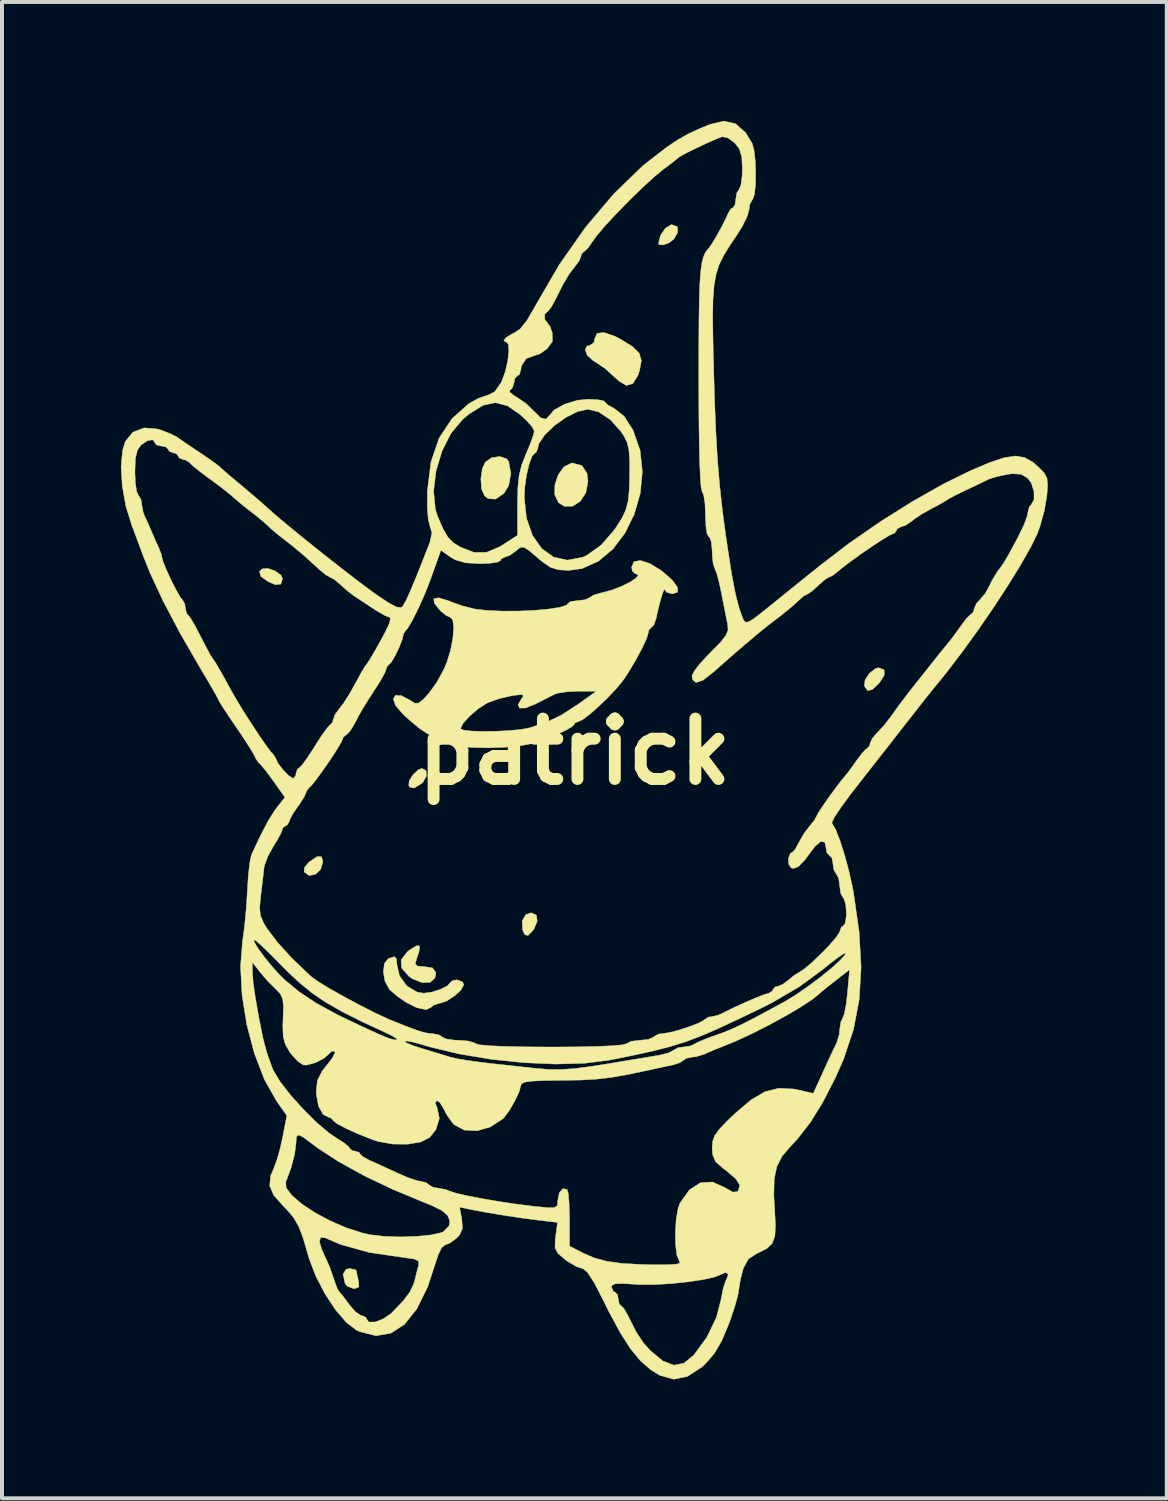
<source format=kicad_pcb>
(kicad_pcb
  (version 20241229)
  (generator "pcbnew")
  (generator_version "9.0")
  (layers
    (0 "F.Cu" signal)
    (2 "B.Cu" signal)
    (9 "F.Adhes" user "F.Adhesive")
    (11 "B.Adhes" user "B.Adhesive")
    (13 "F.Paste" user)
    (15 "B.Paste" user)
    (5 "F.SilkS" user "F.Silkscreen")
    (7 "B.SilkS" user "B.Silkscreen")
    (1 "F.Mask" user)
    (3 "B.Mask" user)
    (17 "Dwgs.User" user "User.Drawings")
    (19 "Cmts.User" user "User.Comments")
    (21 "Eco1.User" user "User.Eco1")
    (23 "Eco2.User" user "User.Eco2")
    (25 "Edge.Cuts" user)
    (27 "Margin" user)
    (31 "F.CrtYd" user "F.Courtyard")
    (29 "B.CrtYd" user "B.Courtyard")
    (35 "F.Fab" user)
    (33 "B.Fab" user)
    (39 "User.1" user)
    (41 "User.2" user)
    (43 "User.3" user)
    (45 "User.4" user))
  (footprint "patrick"
    (layer "F.Cu")
    (at 11.444 15.911)
    (property "Reference" "patrick" (at 0 0 0) (layer "F.SilkS") (effects (font (size 1.524 1.524) (thickness 0.3))))
    (attr through_hole)
    (fp_poly (pts (xy -6.381 2.652) (xy -6.35 2.777) (xy -6.405 2.969) (xy -6.537 3.095) (xy -6.694 3.125) (xy -6.824 3.034) (xy -6.81 2.915) (xy -6.693 2.78) (xy -6.492 2.647) (xy -6.381 2.652)) (stroke (width 0.01) (type solid)) (fill yes) (layer "F.SilkS"))
    (fp_poly (pts (xy -7.553 -4.557) (xy -7.406 -4.451) (xy -7.366 -4.367) (xy -7.409 -4.226) (xy -7.547 -4.212) (xy -7.726 -4.286) (xy -7.918 -4.423) (xy -7.947 -4.545) (xy -7.881 -4.61) (xy -7.736 -4.622) (xy -7.553 -4.557)) (stroke (width 0.01) (type solid)) (fill yes) (layer "F.SilkS"))
    (fp_poly (pts (xy -0.964 4.125) (xy -0.941 4.277) (xy -1.027 4.478) (xy -1.049 4.508) (xy -1.175 4.639) (xy -1.259 4.615) (xy -1.309 4.499) (xy -1.323 4.273) (xy -1.23 4.112) (xy -1.092 4.064) (xy -0.964 4.125)) (stroke (width 0.01) (type solid)) (fill yes) (layer "F.SilkS"))
    (fp_poly (pts (xy -3.745 0.482) (xy -3.738 0.616) (xy -3.823 0.768) (xy -3.873 0.813) (xy -4.048 0.918) (xy -4.154 0.897) (xy -4.182 0.86) (xy -4.173 0.739) (xy -4.077 0.583) (xy -3.942 0.458) (xy -3.848 0.423) (xy -3.745 0.482)) (stroke (width 0.01) (type solid)) (fill yes) (layer "F.SilkS"))
    (fp_poly (pts (xy 2.595 -13.242) (xy 2.603 -13.103) (xy 2.507 -12.933) (xy 2.386 -12.836) (xy 2.239 -12.782) (xy 2.133 -12.789) (xy 2.117 -12.821) (xy 2.168 -13.023) (xy 2.29 -13.202) (xy 2.434 -13.291) (xy 2.453 -13.293) (xy 2.595 -13.242)) (stroke (width 0.01) (type solid)) (fill yes) (layer "F.SilkS"))
    (fp_poly (pts (xy 7.808 -2.066) (xy 7.814 -1.931) (xy 7.692 -1.739) (xy 7.514 -1.567) (xy 7.394 -1.539) (xy 7.312 -1.652) (xy 7.311 -1.654) (xy 7.328 -1.809) (xy 7.44 -1.979) (xy 7.593 -2.098) (xy 7.67 -2.117) (xy 7.808 -2.066)) (stroke (width 0.01) (type solid)) (fill yes) (layer "F.SilkS"))
    (fp_poly (pts (xy -5.534 13.065) (xy -5.502 13.102) (xy -5.481 13.227) (xy -5.45 13.356) (xy -5.44 13.502) (xy -5.543 13.546) (xy -5.569 13.547) (xy -5.732 13.488) (xy -5.791 13.413) (xy -5.839 13.179) (xy -5.765 13.057) (xy -5.673 13.039) (xy -5.534 13.065)) (stroke (width 0.01) (type solid)) (fill yes) (layer "F.SilkS"))
    (fp_poly (pts (xy -1.719 -7.391) (xy -1.66 -7.317) (xy -1.608 -7.013) (xy -1.661 -6.713) (xy -1.778 -6.519) (xy -1.992 -6.37) (xy -2.179 -6.383) (xy -2.269 -6.452) (xy -2.345 -6.623) (xy -2.364 -6.877) (xy -2.328 -7.135) (xy -2.253 -7.303) (xy -2.092 -7.415) (xy -1.89 -7.446) (xy -1.719 -7.391)) (stroke (width 0.01) (type solid)) (fill yes) (layer "F.SilkS"))
    (fp_poly (pts (xy 0.186 -7.216) (xy 0.314 -7.02) (xy 0.339 -6.818) (xy 0.284 -6.53) (xy 0.143 -6.313) (xy -0.049 -6.191) (xy -0.258 -6.189) (xy -0.406 -6.282) (xy -0.501 -6.479) (xy -0.497 -6.731) (xy -0.412 -6.985) (xy -0.266 -7.186) (xy -0.078 -7.28) (xy -0.05 -7.281) (xy 0.186 -7.216)) (stroke (width 0.01) (type solid)) (fill yes) (layer "F.SilkS"))
    (fp_poly (pts (xy -3.904 4.91) (xy -3.928 5.062) (xy -3.977 5.201) (xy -4.02 5.355) (xy -3.958 5.411) (xy -3.813 5.419) (xy -3.582 5.456) (xy -3.497 5.573) (xy -3.522 5.707) (xy -3.643 5.82) (xy -3.847 5.827) (xy -4.088 5.73) (xy -4.18 5.667) (xy -4.363 5.459) (xy -4.377 5.255) (xy -4.222 5.052) (xy -4.149 4.995) (xy -3.975 4.891) (xy -3.904 4.91)) (stroke (width 0.01) (type solid)) (fill yes) (layer "F.SilkS"))
    (fp_poly (pts (xy 1.011 -10.482) (xy 1.151 -10.41) (xy 1.459 -10.219) (xy 1.631 -10.051) (xy 1.685 -9.865) (xy 1.641 -9.62) (xy 1.6 -9.495) (xy 1.473 -9.286) (xy 1.304 -9.237) (xy 1.112 -9.352) (xy 1.089 -9.377) (xy 0.766 -9.668) (xy 0.459 -9.873) (xy 0.321 -9.998) (xy 0.268 -10.135) (xy 0.312 -10.23) (xy 0.375 -10.245) (xy 0.485 -10.315) (xy 0.508 -10.414) (xy 0.568 -10.552) (xy 0.74 -10.574) (xy 1.011 -10.482)) (stroke (width 0.01) (type solid)) (fill yes) (layer "F.SilkS"))
    (fp_poly (pts (xy -4.492 5.228) (xy -4.487 5.34) (xy -4.417 5.655) (xy -4.231 5.912) (xy -3.968 6.067) (xy -3.806 6.093) (xy -3.597 6.065) (xy -3.375 5.993) (xy -3.2 5.902) (xy -3.133 5.821) (xy -3.062 5.769) (xy -2.963 5.757) (xy -2.826 5.808) (xy -2.794 5.879) (xy -2.862 6.009) (xy -3.026 6.161) (xy -3.226 6.29) (xy -3.403 6.35) (xy -3.416 6.35) (xy -3.564 6.399) (xy -3.598 6.435) (xy -3.738 6.509) (xy -3.978 6.46) (xy -4.231 6.335) (xy -4.465 6.177) (xy -4.655 6.012) (xy -4.676 5.99) (xy -4.784 5.788) (xy -4.824 5.55) (xy -4.795 5.339) (xy -4.695 5.217) (xy -4.692 5.216) (xy -4.542 5.172) (xy -4.492 5.228)) (stroke (width 0.01) (type solid)) (fill yes) (layer "F.SilkS"))
    (fp_poly (pts (xy 1.898 -4.746) (xy 2.188 -4.568) (xy 2.216 -4.547) (xy 2.465 -4.327) (xy 2.596 -4.148) (xy 2.6 -4.026) (xy 2.47 -3.979) (xy 2.462 -3.979) (xy 2.317 -4.023) (xy 2.277 -4.085) (xy 2.255 -4.084) (xy 2.207 -3.957) (xy 2.145 -3.742) (xy 2.083 -3.48) (xy 2.059 -3.365) (xy 2.002 -3.197) (xy 1.938 -3.133) (xy 1.871 -3.064) (xy 1.863 -3.009) (xy 1.82 -2.86) (xy 1.706 -2.613) (xy 1.545 -2.313) (xy 1.36 -2.002) (xy 1.24 -1.82) (xy 1.077 -1.617) (xy 0.856 -1.381) (xy 0.612 -1.144) (xy 0.38 -0.94) (xy 0.196 -0.803) (xy 0.106 -0.763) (xy 0.007 -0.721) (xy 0 -0.697) (xy -0.074 -0.622) (xy -0.269 -0.515) (xy -0.543 -0.393) (xy -0.858 -0.275) (xy -1.101 -0.199) (xy -1.394 -0.144) (xy -1.776 -0.11) (xy -2.193 -0.097) (xy -2.595 -0.106) (xy -2.928 -0.137) (xy -3.133 -0.185) (xy -3.474 -0.333) (xy -3.718 -0.457) (xy -3.902 -0.58) (xy -2.879 -0.58) (xy -2.801 -0.543) (xy -2.597 -0.52) (xy -2.307 -0.51) (xy -1.973 -0.515) (xy -1.636 -0.532) (xy -1.339 -0.562) (xy -1.143 -0.599) (xy -0.721 -0.735) (xy -0.334 -0.922) (xy 0.089 -1.196) (xy 0.127 -1.222) (xy 0.55 -1.524) (xy 0.104 -1.524) (xy -0.18 -1.511) (xy -0.41 -1.478) (xy -0.488 -1.454) (xy -0.651 -1.373) (xy -0.889 -1.252) (xy -0.99 -1.2) (xy -1.235 -1.102) (xy -1.387 -1.098) (xy -1.426 -1.181) (xy -1.341 -1.33) (xy -1.288 -1.411) (xy -1.333 -1.439) (xy -1.504 -1.423) (xy -1.596 -1.408) (xy -1.896 -1.339) (xy -2.173 -1.24) (xy -2.222 -1.217) (xy -2.436 -1.078) (xy -2.648 -0.896) (xy -2.81 -0.717) (xy -2.879 -0.584) (xy -2.879 -0.58) (xy -3.902 -0.58) (xy -3.922 -0.593) (xy -4.146 -0.781) (xy -4.326 -0.944) (xy -4.513 -1.16) (xy -4.573 -1.328) (xy -4.519 -1.421) (xy -4.365 -1.412) (xy -4.155 -1.299) (xy -4.03 -1.223) (xy -3.931 -1.225) (xy -3.811 -1.324) (xy -3.675 -1.473) (xy -3.481 -1.74) (xy -3.298 -2.073) (xy -3.222 -2.251) (xy -3.127 -2.563) (xy -3.068 -2.874) (xy -3.049 -3.142) (xy -3.073 -3.327) (xy -3.133 -3.387) (xy -3.249 -3.441) (xy -3.387 -3.556) (xy -3.54 -3.747) (xy -3.55 -3.858) (xy -3.427 -3.881) (xy -3.182 -3.808) (xy -3.103 -3.774) (xy -2.833 -3.678) (xy -2.529 -3.602) (xy -2.498 -3.596) (xy -2.183 -3.56) (xy -1.806 -3.545) (xy -1.4 -3.547) (xy -1.002 -3.565) (xy -0.646 -3.598) (xy -0.367 -3.642) (xy -0.201 -3.696) (xy -0.169 -3.734) (xy -0.096 -3.788) (xy 0.08 -3.81) (xy 0.273 -3.833) (xy 0.375 -3.885) (xy 0.483 -3.95) (xy 0.684 -4.009) (xy 0.71 -4.014) (xy 0.947 -4.078) (xy 1.187 -4.171) (xy 1.398 -4.277) (xy 1.548 -4.377) (xy 1.608 -4.453) (xy 1.545 -4.487) (xy 1.529 -4.487) (xy 1.456 -4.558) (xy 1.439 -4.657) (xy 1.499 -4.794) (xy 1.66 -4.822) (xy 1.898 -4.746)) (stroke (width 0.01) (type solid)) (fill yes) (layer "F.SilkS"))
    (fp_poly (pts (xy 4.059 -15.841) (xy 4.31 -15.619) (xy 4.477 -15.351) (xy 4.526 -15.176) (xy 4.557 -14.909) (xy 4.569 -14.6) (xy 4.564 -14.301) (xy 4.539 -14.062) (xy 4.494 -13.933) (xy 4.487 -13.928) (xy 4.421 -13.81) (xy 4.403 -13.678) (xy 4.356 -13.505) (xy 4.235 -13.258) (xy 4.101 -13.042) (xy 3.908 -12.756) (xy 3.758 -12.511) (xy 3.646 -12.279) (xy 3.568 -12.034) (xy 3.518 -11.749) (xy 3.492 -11.398) (xy 3.485 -10.955) (xy 3.492 -10.391) (xy 3.506 -9.779) (xy 3.532 -8.86) (xy 3.564 -8.07) (xy 3.605 -7.37) (xy 3.66 -6.718) (xy 3.73 -6.075) (xy 3.821 -5.401) (xy 3.935 -4.655) (xy 3.969 -4.445) (xy 4.055 -3.995) (xy 4.151 -3.618) (xy 4.247 -3.355) (xy 4.275 -3.304) (xy 4.318 -3.264) (xy 4.39 -3.275) (xy 4.518 -3.352) (xy 4.726 -3.511) (xy 4.992 -3.725) (xy 5.283 -3.962) (xy 5.593 -4.212) (xy 5.704 -4.302) (xy 5.931 -4.484) (xy 6.12 -4.636) (xy 6.186 -4.69) (xy 6.918 -5.25) (xy 7.713 -5.801) (xy 8.528 -6.313) (xy 9.315 -6.758) (xy 9.991 -7.09) (xy 10.474 -7.294) (xy 10.841 -7.416) (xy 11.122 -7.458) (xy 11.349 -7.421) (xy 11.553 -7.308) (xy 11.687 -7.194) (xy 11.841 -7.038) (xy 11.917 -6.9) (xy 11.934 -6.717) (xy 11.914 -6.453) (xy 11.851 -6.083) (xy 11.741 -5.684) (xy 11.675 -5.503) (xy 11.507 -5.158) (xy 11.252 -4.71) (xy 10.931 -4.19) (xy 10.564 -3.628) (xy 10.169 -3.054) (xy 9.766 -2.498) (xy 9.377 -1.989) (xy 9.233 -1.811) (xy 9.106 -1.656) (xy 8.989 -1.512) (xy 8.862 -1.353) (xy 8.702 -1.15) (xy 8.488 -0.876) (xy 8.197 -0.504) (xy 8.101 -0.381) (xy 7.84 -0.048) (xy 7.611 0.245) (xy 7.437 0.468) (xy 7.341 0.589) (xy 7.338 0.593) (xy 6.989 1.04) (xy 6.726 1.396) (xy 6.558 1.649) (xy 6.492 1.789) (xy 6.496 1.811) (xy 6.585 1.962) (xy 6.694 2.239) (xy 6.809 2.601) (xy 6.919 3.007) (xy 7.011 3.417) (xy 7.037 3.556) (xy 7.179 4.555) (xy 7.228 5.443) (xy 7.181 6.25) (xy 7.036 7.009) (xy 6.789 7.752) (xy 6.586 8.213) (xy 6.259 8.849) (xy 5.945 9.357) (xy 5.619 9.774) (xy 5.447 9.957) (xy 5.236 10.204) (xy 5.102 10.467) (xy 5.036 10.786) (xy 5.027 11.202) (xy 5.046 11.535) (xy 5.068 11.944) (xy 5.053 12.223) (xy 4.984 12.408) (xy 4.848 12.536) (xy 4.63 12.646) (xy 4.606 12.656) (xy 4.388 12.795) (xy 4.262 13.022) (xy 4.24 13.095) (xy 4.181 13.335) (xy 4.15 13.516) (xy 4.149 13.541) (xy 4.12 13.712) (xy 4.045 13.985) (xy 3.94 14.304) (xy 3.892 14.436) (xy 3.709 14.868) (xy 3.524 15.184) (xy 3.305 15.437) (xy 3.201 15.531) (xy 2.845 15.763) (xy 2.502 15.831) (xy 2.151 15.734) (xy 1.925 15.596) (xy 1.666 15.371) (xy 1.412 15.064) (xy 1.148 14.651) (xy 0.858 14.11) (xy 0.716 13.822) (xy 0.554 13.509) (xy 0.931 13.509) (xy 0.979 13.619) (xy 1.016 13.631) (xy 1.085 13.702) (xy 1.101 13.801) (xy 1.128 13.938) (xy 1.165 13.97) (xy 1.238 14.039) (xy 1.341 14.213) (xy 1.377 14.287) (xy 1.563 14.654) (xy 1.743 14.922) (xy 1.91 15.108) (xy 2.227 15.371) (xy 2.505 15.477) (xy 2.76 15.427) (xy 3.009 15.222) (xy 3.013 15.218) (xy 3.337 14.772) (xy 3.578 14.273) (xy 3.698 13.807) (xy 3.747 13.549) (xy 3.809 13.356) (xy 3.834 13.312) (xy 3.879 13.183) (xy 3.807 13.137) (xy 3.706 13.183) (xy 3.54 13.251) (xy 3.247 13.317) (xy 2.871 13.374) (xy 2.454 13.418) (xy 2.038 13.443) (xy 1.668 13.445) (xy 1.53 13.437) (xy 1.21 13.417) (xy 1.026 13.424) (xy 0.944 13.463) (xy 0.931 13.509) (xy 0.554 13.509) (xy 0.499 13.402) (xy 0.33 13.141) (xy 0.21 13.04) (xy 0.198 13.039) (xy 0.047 12.99) (xy -0.162 12.867) (xy -0.235 12.815) (xy -0.418 12.659) (xy -0.492 12.519) (xy -0.489 12.316) (xy -0.479 12.234) (xy -0.43 11.876) (xy -0.871 11.825) (xy -1.325 11.766) (xy -1.821 11.691) (xy -2.287 11.613) (xy -2.615 11.55) (xy -2.902 11.489) (xy -2.845 11.792) (xy -2.827 12.026) (xy -2.899 12.189) (xy -2.977 12.271) (xy -3.145 12.397) (xy -3.272 12.446) (xy -3.357 12.52) (xy -3.446 12.707) (xy -3.477 12.806) (xy -3.71 13.512) (xy -3.981 14.06) (xy -4.29 14.447) (xy -4.634 14.672) (xy -5.012 14.734) (xy -5.422 14.631) (xy -5.497 14.596) (xy -5.755 14.4) (xy -6.031 14.08) (xy -6.297 13.676) (xy -6.529 13.229) (xy -6.7 12.777) (xy -6.722 12.7) (xy -6.82 12.363) (xy -6.437 12.363) (xy -6.376 12.562) (xy -6.36 12.595) (xy -6.178 13) (xy -6.048 13.377) (xy -5.983 13.553) (xy -5.932 13.631) (xy -5.851 13.723) (xy -5.721 13.897) (xy -5.684 13.949) (xy -5.533 14.125) (xy -5.397 14.219) (xy -5.371 14.224) (xy -5.262 14.272) (xy -5.249 14.309) (xy -5.187 14.389) (xy -5.032 14.387) (xy -4.833 14.313) (xy -4.636 14.18) (xy -4.606 14.151) (xy -4.33 13.864) (xy -4.158 13.637) (xy -4.059 13.43) (xy -4.03 13.328) (xy -3.973 13.099) (xy -3.93 12.941) (xy -3.936 12.852) (xy -4.044 12.799) (xy -4.287 12.764) (xy -4.294 12.763) (xy -5.177 12.634) (xy -5.912 12.429) (xy -6.287 12.266) (xy -6.405 12.254) (xy -6.437 12.363) (xy -6.82 12.363) (xy -6.844 12.279) (xy -6.959 11.977) (xy -7.091 11.749) (xy -7.262 11.547) (xy -7.344 11.466) (xy -7.588 11.192) (xy -7.692 10.95) (xy -7.681 10.847) (xy -7.286 10.847) (xy -7.275 11.002) (xy -7.13 11.196) (xy -6.88 11.41) (xy -6.55 11.629) (xy -6.166 11.835) (xy -5.757 12.012) (xy -5.349 12.143) (xy -5.149 12.187) (xy -4.795 12.228) (xy -4.388 12.241) (xy -3.98 12.227) (xy -3.62 12.191) (xy -3.36 12.133) (xy -3.305 12.109) (xy -3.161 11.956) (xy -3.149 11.829) (xy -3.205 11.695) (xy -3.351 11.573) (xy -3.617 11.442) (xy -3.81 11.365) (xy -4.584 11.043) (xy -5.312 10.695) (xy -5.958 10.339) (xy -6.485 9.995) (xy -6.616 9.896) (xy -6.839 9.728) (xy -6.963 9.668) (xy -7.016 9.717) (xy -7.027 9.872) (xy -7.027 9.879) (xy -7.061 10.152) (xy -7.148 10.489) (xy -7.263 10.8) (xy -7.286 10.847) (xy -7.681 10.847) (xy -7.666 10.698) (xy -7.589 10.516) (xy -7.512 10.311) (xy -7.427 10.011) (xy -7.366 9.735) (xy -7.258 9.182) (xy -7.524 8.803) (xy -7.827 8.265) (xy -8.078 7.61) (xy -8.269 6.886) (xy -8.388 6.138) (xy -8.419 5.55) (xy -8.128 5.55) (xy -8.109 5.809) (xy -8.054 6.197) (xy -7.97 6.679) (xy -7.862 7.221) (xy -7.858 7.239) (xy -7.765 7.586) (xy -7.64 7.943) (xy -7.598 8.042) (xy -7.434 8.318) (xy -7.173 8.654) (xy -6.854 9.011) (xy -6.517 9.346) (xy -6.199 9.617) (xy -5.992 9.757) (xy -5.797 9.882) (xy -5.684 9.982) (xy -5.673 10.006) (xy -5.604 10.068) (xy -5.546 10.075) (xy -5.433 10.11) (xy -5.419 10.139) (xy -5.349 10.212) (xy -5.178 10.307) (xy -5.144 10.322) (xy -4.902 10.43) (xy -4.599 10.569) (xy -4.45 10.639) (xy -4.188 10.751) (xy -3.969 10.823) (xy -3.884 10.837) (xy -3.728 10.88) (xy -3.683 10.922) (xy -3.564 10.993) (xy -3.465 11.007) (xy -3.245 11.047) (xy -3.153 11.085) (xy -2.994 11.137) (xy -2.706 11.204) (xy -2.327 11.277) (xy -1.896 11.35) (xy -1.451 11.416) (xy -1.032 11.469) (xy -0.953 11.477) (xy -0.665 11.504) (xy -0.506 11.501) (xy -0.439 11.456) (xy -0.424 11.358) (xy -0.423 11.316) (xy -0.385 11.127) (xy -0.294 11.023) (xy -0.187 11.046) (xy -0.185 11.048) (xy -0.158 11.154) (xy -0.138 11.386) (xy -0.128 11.697) (xy -0.127 11.789) (xy -0.127 12.472) (xy 0.209 12.646) (xy 0.492 12.77) (xy 0.806 12.855) (xy 1.191 12.909) (xy 1.685 12.937) (xy 1.985 12.943) (xy 2.35 12.944) (xy 2.567 12.93) (xy 2.656 12.9) (xy 2.642 12.852) (xy 2.581 12.703) (xy 2.548 12.441) (xy 2.543 12.121) (xy 2.564 11.796) (xy 2.612 11.521) (xy 2.658 11.39) (xy 2.897 11.054) (xy 3.176 10.874) (xy 3.482 10.856) (xy 3.805 11.003) (xy 3.809 11.006) (xy 3.988 11.11) (xy 4.097 11.102) (xy 4.132 11.069) (xy 4.168 10.938) (xy 4.068 10.775) (xy 3.824 10.567) (xy 3.747 10.511) (xy 3.558 10.346) (xy 3.481 10.161) (xy 3.471 9.995) (xy 3.484 9.83) (xy 3.536 9.685) (xy 3.654 9.523) (xy 3.859 9.309) (xy 4.054 9.123) (xy 4.452 8.784) (xy 4.804 8.578) (xy 5.149 8.491) (xy 5.525 8.51) (xy 5.699 8.545) (xy 6.022 8.621) (xy 6.279 8.057) (xy 6.416 7.757) (xy 6.535 7.504) (xy 6.61 7.35) (xy 6.612 7.346) (xy 6.675 7.14) (xy 6.689 7.003) (xy 6.718 6.814) (xy 6.762 6.727) (xy 6.807 6.606) (xy 6.852 6.369) (xy 6.886 6.073) (xy 6.937 5.5) (xy 6.58 5.777) (xy 6.372 5.941) (xy 6.223 6.062) (xy 6.181 6.1) (xy 6.005 6.245) (xy 5.71 6.439) (xy 5.333 6.662) (xy 4.909 6.893) (xy 4.474 7.114) (xy 4.064 7.303) (xy 3.81 7.408) (xy 3.55 7.511) (xy 3.339 7.601) (xy 3.282 7.629) (xy 3.067 7.695) (xy 2.969 7.705) (xy 2.81 7.739) (xy 2.758 7.78) (xy 2.648 7.85) (xy 2.478 7.903) (xy 2.25 7.951) (xy 1.954 8.015) (xy 1.841 8.04) (xy 1.33 8.147) (xy 0.92 8.219) (xy 0.548 8.262) (xy 0.15 8.284) (xy -0.337 8.292) (xy -0.36 8.292) (xy -0.794 8.298) (xy -1.086 8.312) (xy -1.259 8.338) (xy -1.339 8.379) (xy -1.355 8.422) (xy -1.399 8.582) (xy -1.508 8.813) (xy -1.646 9.052) (xy -1.779 9.233) (xy -1.807 9.26) (xy -2.12 9.467) (xy -2.459 9.564) (xy -2.779 9.547) (xy -3.035 9.412) (xy -3.068 9.377) (xy -3.219 9.168) (xy -3.309 8.996) (xy -3.398 8.849) (xy -3.472 8.805) (xy -3.516 8.859) (xy -3.467 8.983) (xy -3.411 9.253) (xy -3.501 9.538) (xy -3.658 9.734) (xy -3.879 9.847) (xy -4.206 9.902) (xy -4.583 9.899) (xy -4.954 9.834) (xy -5.08 9.794) (xy -5.446 9.649) (xy -5.759 9.508) (xy -5.985 9.389) (xy -6.092 9.306) (xy -6.096 9.293) (xy -6.162 9.232) (xy -6.192 9.229) (xy -6.344 9.151) (xy -6.458 8.945) (xy -6.514 8.65) (xy -6.517 8.575) (xy -6.487 8.295) (xy -6.368 8.058) (xy -6.254 7.916) (xy -6.11 7.729) (xy -6.043 7.592) (xy -6.047 7.556) (xy -6.134 7.56) (xy -6.166 7.596) (xy -6.313 7.731) (xy -6.537 7.847) (xy -6.756 7.906) (xy -6.844 7.902) (xy -6.982 7.812) (xy -7.144 7.633) (xy -7.185 7.577) (xy -7.296 7.386) (xy -7.318 7.306) (xy -4.286 7.306) (xy -4.235 7.349) (xy -4.06 7.42) (xy -3.836 7.492) (xy -3.531 7.584) (xy -3.262 7.666) (xy -3.133 7.707) (xy -2.959 7.747) (xy -2.665 7.795) (xy -2.3 7.844) (xy -2.074 7.87) (xy -1.683 7.912) (xy -1.33 7.951) (xy -1.065 7.98) (xy -0.974 7.99) (xy -0.652 8.016) (xy -0.339 8.019) (xy 0.009 7.993) (xy 0.44 7.937) (xy 0.889 7.866) (xy 1.313 7.795) (xy 1.7 7.731) (xy 2.007 7.679) (xy 2.181 7.649) (xy 2.384 7.595) (xy 2.501 7.53) (xy 2.503 7.526) (xy 2.616 7.466) (xy 2.74 7.451) (xy 2.927 7.423) (xy 3.01 7.383) (xy 3.13 7.32) (xy 3.355 7.228) (xy 3.556 7.156) (xy 3.772 7.077) (xy 3.984 6.99) (xy 4.225 6.877) (xy 4.526 6.723) (xy 4.918 6.514) (xy 5.307 6.302) (xy 5.583 6.134) (xy 5.896 5.918) (xy 6.212 5.681) (xy 6.495 5.45) (xy 6.713 5.251) (xy 6.831 5.112) (xy 6.84 5.092) (xy 6.798 5.093) (xy 6.653 5.187) (xy 6.43 5.357) (xy 6.255 5.5) (xy 5.669 5.93) (xy 4.966 6.341) (xy 4.7 6.475) (xy 4.089 6.768) (xy 3.593 6.998) (xy 3.174 7.179) (xy 2.794 7.321) (xy 2.417 7.439) (xy 2.005 7.545) (xy 1.521 7.652) (xy 0.928 7.772) (xy 0.861 7.785) (xy 0.244 7.862) (xy -0.486 7.881) (xy -1.285 7.846) (xy -2.109 7.76) (xy -2.912 7.626) (xy -3.651 7.449) (xy -3.837 7.393) (xy -4.077 7.327) (xy -4.244 7.299) (xy -4.286 7.306) (xy -7.318 7.306) (xy -7.35 7.188) (xy -7.36 6.917) (xy -7.353 6.735) (xy -7.344 6.426) (xy -7.364 6.234) (xy -7.427 6.104) (xy -7.539 5.989) (xy -7.747 5.781) (xy -7.94 5.555) (xy -8.128 5.311) (xy -8.128 5.55) (xy -8.419 5.55) (xy -8.426 5.416) (xy -8.378 4.799) (xy -8.082 4.799) (xy -7.995 4.948) (xy -7.846 5.154) (xy -7.661 5.384) (xy -7.467 5.604) (xy -7.312 5.757) (xy -6.939 6.064) (xy -6.518 6.344) (xy -6.003 6.625) (xy -5.673 6.786) (xy -5.25 6.985) (xy -4.952 7.121) (xy -4.75 7.206) (xy -4.617 7.252) (xy -4.524 7.27) (xy -4.487 7.271) (xy -4.482 7.242) (xy -4.604 7.167) (xy -4.741 7.1) (xy -5.368 6.809) (xy -5.868 6.557) (xy -6.275 6.324) (xy -6.621 6.089) (xy -6.939 5.83) (xy -7.261 5.527) (xy -7.421 5.364) (xy -7.678 5.105) (xy -7.893 4.898) (xy -8.037 4.77) (xy -8.081 4.741) (xy -8.082 4.799) (xy -8.378 4.799) (xy -8.376 4.784) (xy -8.324 4.394) (xy -8.281 3.941) (xy -7.945 3.941) (xy -7.921 4.146) (xy -7.833 4.342) (xy -7.765 4.451) (xy -7.491 4.815) (xy -7.118 5.224) (xy -6.688 5.634) (xy -6.625 5.689) (xy -6.449 5.813) (xy -6.161 5.988) (xy -5.802 6.19) (xy -5.413 6.398) (xy -5.034 6.59) (xy -4.707 6.742) (xy -4.614 6.781) (xy -4.225 6.937) (xy -3.956 7.036) (xy -3.772 7.09) (xy -3.637 7.111) (xy -3.593 7.112) (xy -3.418 7.145) (xy -3.344 7.197) (xy -3.235 7.248) (xy -3.02 7.278) (xy -2.921 7.281) (xy -2.683 7.299) (xy -2.524 7.344) (xy -2.498 7.366) (xy -2.396 7.395) (xy -2.138 7.419) (xy -1.739 7.436) (xy -1.212 7.447) (xy -0.593 7.451) (xy 0.045 7.447) (xy 0.568 7.436) (xy 0.963 7.418) (xy 1.216 7.394) (xy 1.312 7.366) (xy 1.425 7.308) (xy 1.63 7.282) (xy 1.651 7.281) (xy 1.86 7.259) (xy 1.985 7.203) (xy 1.99 7.197) (xy 2.108 7.127) (xy 2.216 7.112) (xy 2.393 7.086) (xy 2.642 7.021) (xy 2.907 6.934) (xy 3.136 6.844) (xy 3.272 6.77) (xy 3.288 6.752) (xy 3.385 6.694) (xy 3.437 6.689) (xy 3.613 6.651) (xy 3.705 6.611) (xy 3.977 6.476) (xy 4.278 6.337) (xy 4.563 6.214) (xy 4.785 6.127) (xy 4.898 6.096) (xy 4.99 6.039) (xy 4.995 6.011) (xy 5.063 5.934) (xy 5.106 5.927) (xy 5.247 5.873) (xy 5.385 5.77) (xy 5.544 5.64) (xy 5.644 5.58) (xy 5.783 5.491) (xy 5.984 5.322) (xy 6.21 5.107) (xy 6.427 4.884) (xy 6.597 4.688) (xy 6.684 4.556) (xy 6.689 4.536) (xy 6.733 4.419) (xy 6.773 4.403) (xy 6.827 4.328) (xy 6.856 4.14) (xy 6.858 4.069) (xy 6.838 3.844) (xy 6.789 3.699) (xy 6.773 3.683) (xy 6.712 3.568) (xy 6.689 3.387) (xy 6.662 3.193) (xy 6.604 3.09) (xy 6.538 2.974) (xy 6.519 2.831) (xy 6.49 2.675) (xy 6.435 2.625) (xy 6.365 2.554) (xy 6.35 2.46) (xy 6.314 2.287) (xy 6.214 2.263) (xy 6.065 2.389) (xy 5.999 2.476) (xy 5.793 2.751) (xy 5.644 2.901) (xy 5.527 2.946) (xy 5.465 2.934) (xy 5.401 2.84) (xy 5.395 2.689) (xy 5.443 2.565) (xy 5.493 2.54) (xy 5.561 2.471) (xy 5.65 2.306) (xy 5.652 2.302) (xy 5.791 2.059) (xy 5.927 1.882) (xy 6.048 1.734) (xy 6.096 1.645) (xy 6.142 1.555) (xy 6.26 1.374) (xy 6.419 1.145) (xy 6.588 0.913) (xy 6.736 0.72) (xy 6.814 0.629) (xy 6.913 0.505) (xy 7.058 0.305) (xy 7.112 0.227) (xy 7.253 0.039) (xy 7.361 -0.072) (xy 7.387 -0.084) (xy 7.445 -0.153) (xy 7.451 -0.199) (xy 7.509 -0.334) (xy 7.631 -0.474) (xy 7.798 -0.651) (xy 7.98 -0.884) (xy 8.013 -0.931) (xy 8.187 -1.174) (xy 8.405 -1.462) (xy 8.52 -1.609) (xy 8.738 -1.883) (xy 8.954 -2.156) (xy 9.048 -2.274) (xy 9.225 -2.497) (xy 9.382 -2.688) (xy 9.409 -2.721) (xy 9.548 -2.897) (xy 9.714 -3.127) (xy 9.748 -3.176) (xy 9.886 -3.359) (xy 9.991 -3.462) (xy 10.012 -3.471) (xy 10.07 -3.539) (xy 10.075 -3.588) (xy 10.135 -3.734) (xy 10.211 -3.817) (xy 10.36 -3.991) (xy 10.423 -4.103) (xy 10.528 -4.312) (xy 10.654 -4.523) (xy 10.753 -4.657) (xy 10.822 -4.755) (xy 10.913 -4.907) (xy 11.17 -5.378) (xy 11.337 -5.72) (xy 11.419 -5.945) (xy 11.43 -6.019) (xy 11.472 -6.176) (xy 11.515 -6.223) (xy 11.59 -6.357) (xy 11.589 -6.566) (xy 11.52 -6.78) (xy 11.432 -6.898) (xy 11.267 -6.997) (xy 11.045 -7.011) (xy 10.92 -6.995) (xy 10.664 -6.941) (xy 10.462 -6.879) (xy 10.431 -6.866) (xy 10.275 -6.789) (xy 10.031 -6.672) (xy 9.864 -6.593) (xy 9.622 -6.476) (xy 9.45 -6.385) (xy 9.398 -6.351) (xy 9.302 -6.29) (xy 9.111 -6.186) (xy 9.017 -6.138) (xy 8.766 -5.998) (xy 8.556 -5.856) (xy 8.514 -5.821) (xy 8.349 -5.708) (xy 8.239 -5.673) (xy 8.137 -5.621) (xy 8.128 -5.588) (xy 8.067 -5.506) (xy 8.047 -5.503) (xy 7.945 -5.457) (xy 7.744 -5.336) (xy 7.484 -5.165) (xy 7.202 -4.971) (xy 6.937 -4.779) (xy 6.726 -4.616) (xy 6.652 -4.553) (xy 6.506 -4.44) (xy 6.423 -4.403) (xy 6.325 -4.348) (xy 6.17 -4.215) (xy 6.146 -4.191) (xy 5.992 -4.05) (xy 5.89 -3.981) (xy 5.882 -3.979) (xy 5.784 -3.928) (xy 5.72 -3.873) (xy 5.464 -3.644) (xy 5.174 -3.408) (xy 5.03 -3.3) (xy 4.857 -3.167) (xy 4.592 -2.95) (xy 4.272 -2.68) (xy 3.93 -2.385) (xy 3.601 -2.095) (xy 3.5 -2.004) (xy 3.24 -1.802) (xy 3.063 -1.742) (xy 2.974 -1.824) (xy 2.963 -1.917) (xy 3.021 -2.035) (xy 3.173 -2.229) (xy 3.389 -2.461) (xy 3.438 -2.51) (xy 3.681 -2.758) (xy 3.818 -2.932) (xy 3.872 -3.068) (xy 3.863 -3.201) (xy 3.822 -3.403) (xy 3.763 -3.702) (xy 3.706 -3.994) (xy 3.643 -4.288) (xy 3.581 -4.514) (xy 3.535 -4.622) (xy 3.496 -4.739) (xy 3.473 -4.958) (xy 3.471 -5.052) (xy 3.454 -5.274) (xy 3.41 -5.404) (xy 3.387 -5.419) (xy 3.342 -5.496) (xy 3.312 -5.702) (xy 3.302 -5.964) (xy 3.29 -6.253) (xy 3.258 -6.47) (xy 3.217 -6.562) (xy 3.192 -6.662) (xy 3.172 -6.923) (xy 3.155 -7.339) (xy 3.143 -7.9) (xy 3.135 -8.6) (xy 3.133 -9.431) (xy 3.133 -9.446) (xy 3.134 -10.246) (xy 3.138 -10.894) (xy 3.146 -11.408) (xy 3.16 -11.806) (xy 3.181 -12.105) (xy 3.211 -12.325) (xy 3.25 -12.481) (xy 3.301 -12.593) (xy 3.365 -12.677) (xy 3.387 -12.7) (xy 3.469 -12.817) (xy 3.593 -13.025) (xy 3.723 -13.263) (xy 3.828 -13.472) (xy 3.868 -13.568) (xy 3.942 -13.693) (xy 3.989 -13.716) (xy 4.046 -13.788) (xy 4.064 -13.923) (xy 4.095 -14.102) (xy 4.149 -14.182) (xy 4.196 -14.289) (xy 4.226 -14.51) (xy 4.233 -14.699) (xy 4.217 -15.006) (xy 4.154 -15.209) (xy 4.04 -15.356) (xy 3.871 -15.48) (xy 3.727 -15.513) (xy 3.723 -15.512) (xy 3.571 -15.454) (xy 3.34 -15.352) (xy 3.078 -15.229) (xy 2.838 -15.111) (xy 2.67 -15.021) (xy 2.625 -14.99) (xy 2.537 -14.916) (xy 2.361 -14.78) (xy 2.244 -14.693) (xy 2.006 -14.498) (xy 1.708 -14.225) (xy 1.382 -13.907) (xy 1.059 -13.576) (xy 0.772 -13.267) (xy 0.554 -13.01) (xy 0.449 -12.863) (xy 0.332 -12.696) (xy 0.242 -12.616) (xy 0.236 -12.615) (xy 0.173 -12.549) (xy 0.169 -12.516) (xy 0.117 -12.381) (xy 0.029 -12.262) (xy -0.132 -12.054) (xy -0.3 -11.771) (xy -0.481 -11.409) (xy -0.589 -11.212) (xy -0.678 -11.1) (xy -0.697 -11.091) (xy -0.755 -11.029) (xy -0.751 -10.907) (xy -0.69 -10.823) (xy -0.62 -10.729) (xy -0.563 -10.566) (xy -0.558 -10.351) (xy -0.689 -10.168) (xy -0.693 -10.164) (xy -0.871 -10.038) (xy -1.015 -9.991) (xy -1.217 -9.917) (xy -1.34 -9.734) (xy -1.355 -9.635) (xy -1.394 -9.507) (xy -1.439 -9.483) (xy -1.509 -9.412) (xy -1.524 -9.32) (xy -1.572 -9.168) (xy -1.63 -9.122) (xy -1.635 -9.067) (xy -1.515 -8.974) (xy -1.468 -8.948) (xy -1.228 -8.786) (xy -1.032 -8.595) (xy -0.859 -8.424) (xy -0.723 -8.387) (xy -0.663 -8.449) (xy -0.514 -8.619) (xy -0.251 -8.765) (xy 0.07 -8.863) (xy 0.331 -8.89) (xy 0.575 -8.879) (xy 0.731 -8.85) (xy 0.762 -8.826) (xy 0.831 -8.751) (xy 0.999 -8.657) (xy 1.011 -8.652) (xy 1.25 -8.461) (xy 1.473 -8.113) (xy 1.476 -8.107) (xy 1.653 -7.6) (xy 1.71 -7.062) (xy 1.658 -6.519) (xy 1.509 -5.996) (xy 1.276 -5.519) (xy 0.97 -5.113) (xy 0.602 -4.804) (xy 0.185 -4.617) (xy -0.152 -4.572) (xy -0.416 -4.588) (xy -0.619 -4.656) (xy -0.833 -4.806) (xy -0.941 -4.898) (xy -1.152 -5.077) (xy -1.28 -5.157) (xy -1.37 -5.152) (xy -1.466 -5.076) (xy -1.475 -5.067) (xy -1.638 -4.949) (xy -1.75 -4.911) (xy -1.853 -4.86) (xy -1.863 -4.826) (xy -1.94 -4.781) (xy -2.142 -4.751) (xy -2.379 -4.741) (xy -2.748 -4.763) (xy -3.009 -4.838) (xy -3.134 -4.911) (xy -3.372 -5.081) (xy -3.515 -4.678) (xy -3.64 -4.331) (xy -3.736 -4.08) (xy -3.827 -3.864) (xy -3.94 -3.618) (xy -3.99 -3.514) (xy -4.112 -3.275) (xy -4.212 -3.109) (xy -4.255 -3.062) (xy -4.318 -2.966) (xy -4.318 -2.957) (xy -4.351 -2.818) (xy -4.432 -2.615) (xy -4.533 -2.406) (xy -4.626 -2.25) (xy -4.677 -2.201) (xy -4.739 -2.136) (xy -4.741 -2.111) (xy -4.785 -1.992) (xy -4.895 -1.791) (xy -4.974 -1.665) (xy -5.186 -1.339) (xy -5.333 -1.101) (xy -5.447 -0.903) (xy -5.553 -0.699) (xy -5.663 -0.518) (xy -5.755 -0.426) (xy -5.767 -0.423) (xy -5.84 -0.359) (xy -5.842 -0.338) (xy -5.888 -0.232) (xy -6.008 -0.032) (xy -6.173 0.22) (xy -6.355 0.482) (xy -6.524 0.713) (xy -6.654 0.872) (xy -6.705 0.917) (xy -6.772 1.014) (xy -6.773 1.029) (xy -6.821 1.143) (xy -6.94 1.328) (xy -6.985 1.389) (xy -7.119 1.587) (xy -7.192 1.738) (xy -7.197 1.765) (xy -7.254 1.857) (xy -7.281 1.863) (xy -7.363 1.927) (xy -7.366 1.949) (xy -7.41 2.066) (xy -7.52 2.264) (xy -7.591 2.376) (xy -7.732 2.631) (xy -7.823 2.871) (xy -7.836 2.946) (xy -7.859 3.161) (xy -7.894 3.461) (xy -7.918 3.647) (xy -7.945 3.941) (xy -8.281 3.941) (xy -8.28 3.932) (xy -8.253 3.495) (xy -8.252 3.477) (xy -8.23 3.125) (xy -8.196 2.821) (xy -8.156 2.619) (xy -8.145 2.588) (xy -7.915 2.101) (xy -7.728 1.744) (xy -7.568 1.489) (xy -7.5 1.397) (xy -7.305 1.153) (xy -7.61 0.724) (xy -7.779 0.495) (xy -7.915 0.329) (xy -7.979 0.268) (xy -8.043 0.172) (xy -8.043 0.169) (xy -8.089 0.073) (xy -8.21 -0.128) (xy -8.387 -0.399) (xy -8.509 -0.578) (xy -8.708 -0.87) (xy -8.865 -1.108) (xy -8.958 -1.257) (xy -8.975 -1.292) (xy -9.016 -1.375) (xy -9.126 -1.572) (xy -9.288 -1.849) (xy -9.428 -2.083) (xy -9.943 -2.974) (xy -10.374 -3.789) (xy -10.71 -4.51) (xy -10.871 -4.911) (xy -10.991 -5.235) (xy -11.095 -5.514) (xy -11.164 -5.696) (xy -11.171 -5.715) (xy -11.32 -6.195) (xy -11.41 -6.701) (xy -11.431 -7.062) (xy -11.091 -7.062) (xy -11.079 -6.776) (xy -11.046 -6.563) (xy -11.007 -6.477) (xy -10.936 -6.358) (xy -10.922 -6.259) (xy -10.883 -6.038) (xy -10.847 -5.947) (xy -10.761 -5.762) (xy -10.668 -5.546) (xy -10.57 -5.317) (xy -10.489 -5.145) (xy -10.425 -4.98) (xy -10.414 -4.914) (xy -10.379 -4.788) (xy -10.29 -4.572) (xy -10.172 -4.317) (xy -10.048 -4.074) (xy -9.944 -3.892) (xy -9.888 -3.824) (xy -9.832 -3.727) (xy -9.821 -3.641) (xy -9.791 -3.496) (xy -9.758 -3.457) (xy -9.69 -3.372) (xy -9.575 -3.177) (xy -9.441 -2.921) (xy -9.306 -2.657) (xy -9.199 -2.459) (xy -9.144 -2.371) (xy -9.058 -2.246) (xy -8.901 -1.978) (xy -8.679 -1.573) (xy -8.671 -1.558) (xy -8.531 -1.313) (xy -8.349 -1.014) (xy -8.146 -0.697) (xy -7.947 -0.395) (xy -7.773 -0.144) (xy -7.647 0.022) (xy -7.599 0.071) (xy -7.536 0.167) (xy -7.535 0.176) (xy -7.482 0.293) (xy -7.357 0.455) (xy -7.214 0.603) (xy -7.105 0.676) (xy -7.097 0.677) (xy -7.035 0.609) (xy -7.027 0.55) (xy -6.991 0.438) (xy -6.961 0.423) (xy -6.889 0.356) (xy -6.757 0.178) (xy -6.591 -0.074) (xy -6.559 -0.127) (xy -6.391 -0.389) (xy -6.252 -0.584) (xy -6.167 -0.675) (xy -6.16 -0.677) (xy -6.101 -0.745) (xy -6.096 -0.788) (xy -6.044 -0.932) (xy -5.948 -1.066) (xy -5.831 -1.216) (xy -5.691 -1.436) (xy -5.508 -1.759) (xy -5.383 -1.99) (xy -5.293 -2.142) (xy -5.249 -2.201) (xy -5.163 -2.326) (xy -5.006 -2.596) (xy -4.782 -3.004) (xy -4.77 -3.027) (xy -4.674 -3.233) (xy -4.644 -3.364) (xy -4.661 -3.387) (xy -4.775 -3.43) (xy -4.973 -3.542) (xy -5.094 -3.619) (xy -5.328 -3.774) (xy -5.518 -3.9) (xy -5.575 -3.937) (xy -5.729 -4.056) (xy -5.904 -4.212) (xy -6.062 -4.344) (xy -6.171 -4.402) (xy -6.174 -4.403) (xy -6.27 -4.457) (xy -6.441 -4.597) (xy -6.575 -4.72) (xy -6.845 -4.964) (xy -7.137 -5.207) (xy -7.242 -5.287) (xy -7.468 -5.463) (xy -7.652 -5.619) (xy -7.705 -5.669) (xy -7.852 -5.804) (xy -8.064 -5.976) (xy -8.128 -6.025) (xy -8.358 -6.205) (xy -8.557 -6.373) (xy -8.594 -6.406) (xy -8.75 -6.538) (xy -8.99 -6.724) (xy -9.229 -6.9) (xy -9.468 -7.079) (xy -9.645 -7.223) (xy -9.723 -7.301) (xy -9.82 -7.36) (xy -9.871 -7.366) (xy -9.979 -7.414) (xy -9.991 -7.451) (xy -10.059 -7.526) (xy -10.118 -7.535) (xy -10.23 -7.581) (xy -10.245 -7.62) (xy -10.316 -7.689) (xy -10.414 -7.705) (xy -10.552 -7.74) (xy -10.583 -7.789) (xy -10.639 -7.868) (xy -10.778 -7.842) (xy -10.937 -7.734) (xy -11.029 -7.602) (xy -11.078 -7.393) (xy -11.091 -7.062) (xy -11.431 -7.062) (xy -11.439 -7.185) (xy -11.402 -7.598) (xy -11.334 -7.822) (xy -11.143 -8.058) (xy -10.86 -8.167) (xy -10.515 -8.138) (xy -10.441 -8.115) (xy -10.214 -8.027) (xy -10.054 -7.951) (xy -10.033 -7.937) (xy -9.922 -7.86) (xy -9.717 -7.72) (xy -9.483 -7.564) (xy -9.239 -7.398) (xy -9.055 -7.268) (xy -8.975 -7.204) (xy -8.893 -7.13) (xy -8.717 -6.977) (xy -8.479 -6.777) (xy -8.424 -6.732) (xy -8.147 -6.498) (xy -7.893 -6.28) (xy -7.715 -6.121) (xy -7.705 -6.111) (xy -7.491 -5.923) (xy -7.175 -5.659) (xy -6.789 -5.345) (xy -6.365 -5.006) (xy -5.936 -4.668) (xy -5.534 -4.357) (xy -5.192 -4.099) (xy -4.984 -3.949) (xy -4.685 -3.75) (xy -4.491 -3.649) (xy -4.377 -3.635) (xy -4.338 -3.662) (xy -4.252 -3.813) (xy -4.119 -4.107) (xy -3.946 -4.528) (xy -3.812 -4.868) (xy -3.731 -5.075) (xy -3.651 -5.275) (xy -3.598 -5.518) (xy -3.648 -5.687) (xy -3.692 -5.863) (xy -3.714 -6.166) (xy -3.712 -6.552) (xy -3.712 -6.576) (xy -3.556 -6.576) (xy -3.513 -6.12) (xy -3.461 -5.952) (xy -3.319 -5.623) (xy -3.196 -5.411) (xy -3.058 -5.27) (xy -2.882 -5.161) (xy -2.534 -5.026) (xy -2.221 -5.028) (xy -1.887 -5.169) (xy -1.795 -5.226) (xy -1.439 -5.457) (xy -1.439 -6.24) (xy -1.436 -6.415) (xy -1.269 -6.415) (xy -1.213 -5.889) (xy -1.06 -5.453) (xy -0.826 -5.121) (xy -0.527 -4.908) (xy -0.179 -4.831) (xy 0.201 -4.903) (xy 0.307 -4.95) (xy 0.672 -5.211) (xy 1.015 -5.607) (xy 1.192 -5.884) (xy 1.29 -6.09) (xy 1.35 -6.314) (xy 1.38 -6.608) (xy 1.39 -6.985) (xy 1.389 -7.361) (xy 1.37 -7.618) (xy 1.325 -7.803) (xy 1.242 -7.967) (xy 1.172 -8.073) (xy 0.904 -8.374) (xy 0.605 -8.572) (xy 0.339 -8.636) (xy 0.078 -8.58) (xy -0.218 -8.432) (xy -0.508 -8.226) (xy -0.75 -7.994) (xy -0.901 -7.768) (xy -0.931 -7.643) (xy -0.971 -7.543) (xy -0.995 -7.535) (xy -1.07 -7.458) (xy -1.145 -7.258) (xy -1.211 -6.98) (xy -1.256 -6.669) (xy -1.269 -6.415) (xy -1.436 -6.415) (xy -1.431 -6.66) (xy -1.398 -6.972) (xy -1.332 -7.238) (xy -1.228 -7.501) (xy -1.115 -7.772) (xy -1.039 -7.989) (xy -1.016 -8.09) (xy -1.076 -8.202) (xy -1.231 -8.374) (xy -1.37 -8.502) (xy -1.694 -8.725) (xy -1.997 -8.804) (xy -2.309 -8.737) (xy -2.655 -8.521) (xy -2.823 -8.382) (xy -3.116 -8.033) (xy -3.344 -7.582) (xy -3.495 -7.08) (xy -3.556 -6.576) (xy -3.712 -6.576) (xy -3.711 -6.592) (xy -3.622 -7.309) (xy -3.418 -7.908) (xy -3.093 -8.4) (xy -2.666 -8.78) (xy -2.433 -8.91) (xy -2.213 -8.985) (xy -2.201 -8.987) (xy -2.014 -9.078) (xy -1.854 -9.308) (xy -1.833 -9.353) (xy -1.746 -9.591) (xy -1.686 -9.857) (xy -1.658 -10.101) (xy -1.669 -10.274) (xy -1.714 -10.329) (xy -1.785 -10.363) (xy -1.734 -10.442) (xy -1.588 -10.532) (xy -1.542 -10.551) (xy -1.377 -10.659) (xy -1.202 -10.877) (xy -0.997 -11.228) (xy -0.976 -11.268) (xy -0.383 -12.288) (xy 0.279 -13.23) (xy 0.99 -14.071) (xy 1.729 -14.786) (xy 2.328 -15.251) (xy 2.609 -15.437) (xy 2.852 -15.576) (xy 3.13 -15.706) (xy 3.412 -15.822) (xy 3.765 -15.906) (xy 4.059 -15.841)) (stroke (width 0.01) (type solid)) (fill yes) (layer "F.SilkS")))
  (gr_rect
    (start -3 -3)
    (end 26.383 34.747)
    (stroke (width 0.1) (type default))
    (fill no)
    (layer "Edge.Cuts")))
</source>
